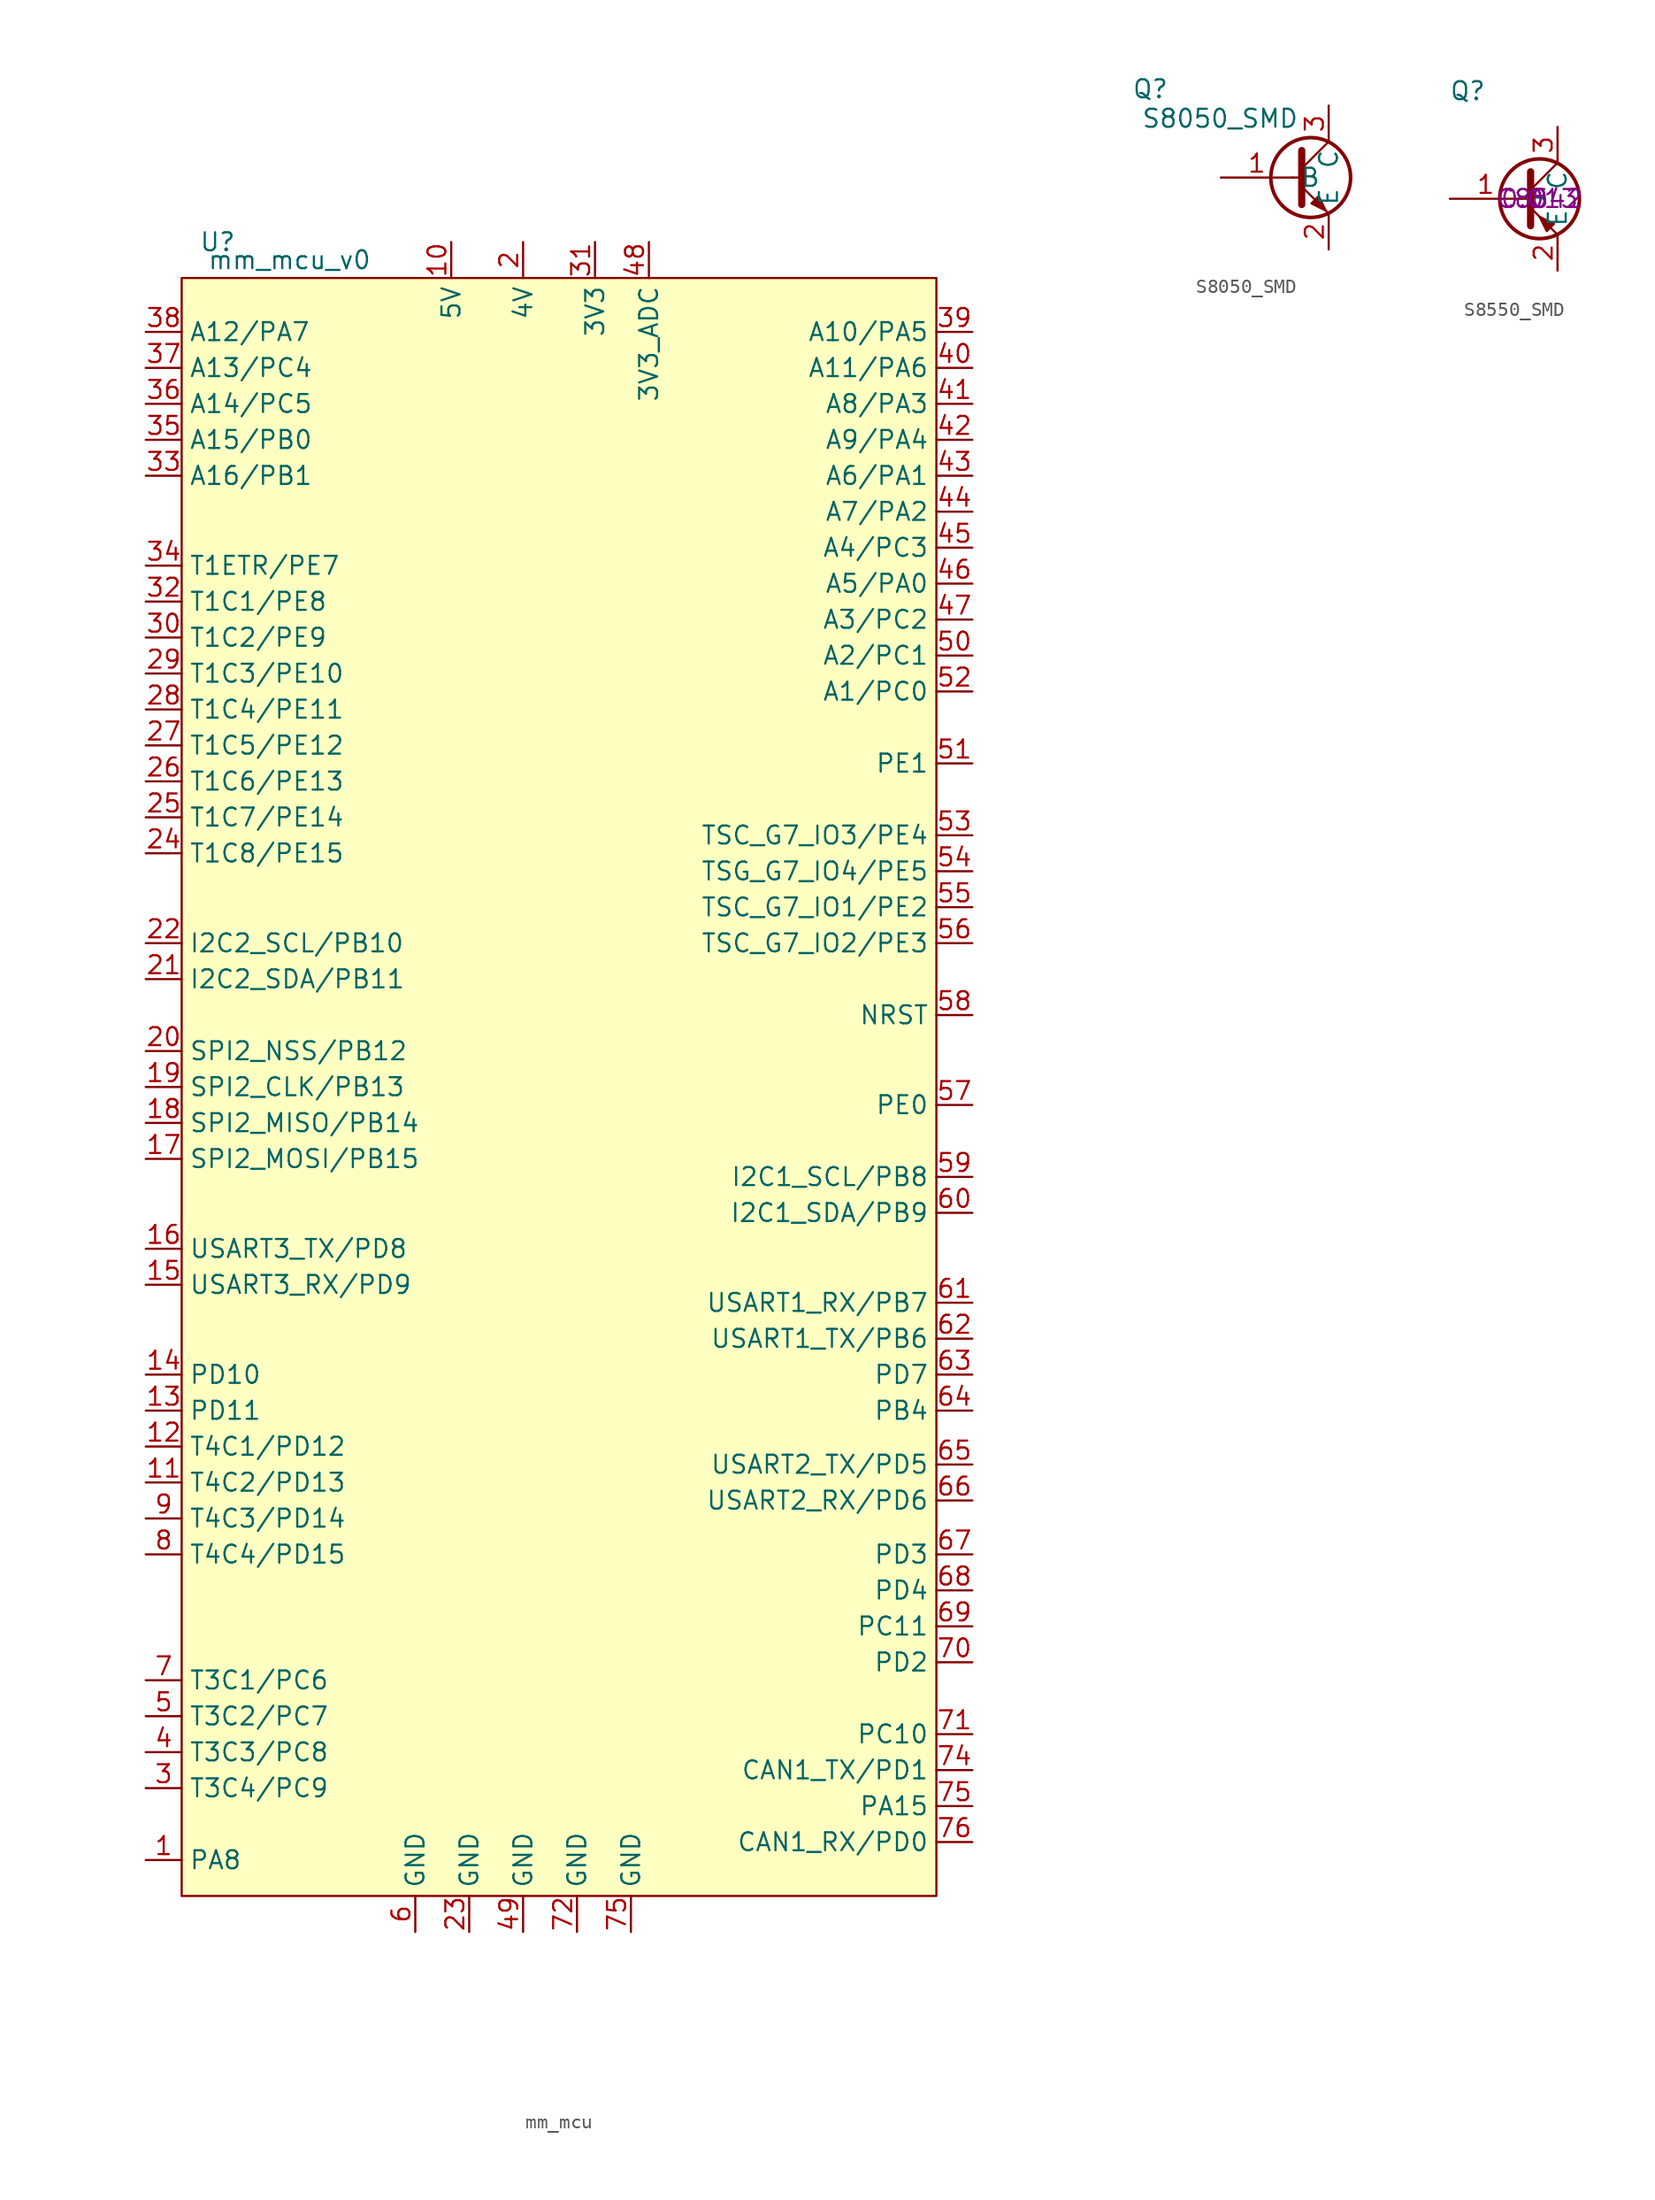
<source format=kicad_sym>
(kicad_symbol_lib
  (version 20220914)
  (generator kicad_symbol_editor)
  (symbol "mm_mcu"
    (property "Reference" "U"
      (at -25.4 55.88 0)
      (effects (font (size 1.27 1.27))))
    (property "Value" "mm_mcu_v0"
      (at -20.32 54.61 0)
      (effects (font (size 1.27 1.27))))
    (symbol "mm_mcu_1_1"
      (rectangle (start -27.94 53.34) (end 25.4 -60.96) (stroke (width 0) (type default)) (fill (type background)))
      (pin bidirectional line (at -30.48 -58.42 0) (length 2.54) (name "PA8" (effects (font (size 1.27 1.27)))) (number "1" (effects (font (size 1.27 1.27)))))
      (pin power_in line (at -8.89 55.88 270) (length 2.54) (name "5V" (effects (font (size 1.27 1.27)))) (number "10" (effects (font (size 1.27 1.27)))))
      (pin bidirectional line (at -30.48 -31.75 0) (length 2.54) (name "T4C2/PD13" (effects (font (size 1.27 1.27)))) (number "11" (effects (font (size 1.27 1.27)))))
      (pin bidirectional line (at -30.48 -29.21 0) (length 2.54) (name "T4C1/PD12" (effects (font (size 1.27 1.27)))) (number "12" (effects (font (size 1.27 1.27)))))
      (pin bidirectional line (at -30.48 -26.67 0) (length 2.54) (name "PD11" (effects (font (size 1.27 1.27)))) (number "13" (effects (font (size 1.27 1.27)))))
      (pin bidirectional line (at -30.48 -24.13 0) (length 2.54) (name "PD10" (effects (font (size 1.27 1.27)))) (number "14" (effects (font (size 1.27 1.27)))))
      (pin bidirectional line (at -30.48 -17.78 0) (length 2.54) (name "USART3_RX/PD9" (effects (font (size 1.27 1.27)))) (number "15" (effects (font (size 1.27 1.27)))))
      (pin bidirectional line (at -30.48 -15.24 0) (length 2.54) (name "USART3_TX/PD8" (effects (font (size 1.27 1.27)))) (number "16" (effects (font (size 1.27 1.27)))))
      (pin bidirectional line (at -30.48 -8.89 0) (length 2.54) (name "SPI2_MOSI/PB15" (effects (font (size 1.27 1.27)))) (number "17" (effects (font (size 1.27 1.27)))))
      (pin bidirectional line (at -30.48 -6.35 0) (length 2.54) (name "SPI2_MISO/PB14" (effects (font (size 1.27 1.27)))) (number "18" (effects (font (size 1.27 1.27)))))
      (pin bidirectional line (at -30.48 -3.81 0) (length 2.54) (name "SPI2_CLK/PB13" (effects (font (size 1.27 1.27)))) (number "19" (effects (font (size 1.27 1.27)))))
      (pin power_in line (at -3.81 55.88 270) (length 2.54) (name "4V" (effects (font (size 1.27 1.27)))) (number "2" (effects (font (size 1.27 1.27)))))
      (pin bidirectional line (at -30.48 -1.27 0) (length 2.54) (name "SPI2_NSS/PB12" (effects (font (size 1.27 1.27)))) (number "20" (effects (font (size 1.27 1.27)))))
      (pin bidirectional line (at -30.48 3.81 0) (length 2.54) (name "I2C2_SDA/PB11" (effects (font (size 1.27 1.27)))) (number "21" (effects (font (size 1.27 1.27)))))
      (pin bidirectional line (at -30.48 6.35 0) (length 2.54) (name "I2C2_SCL/PB10" (effects (font (size 1.27 1.27)))) (number "22" (effects (font (size 1.27 1.27)))))
      (pin power_in line (at -7.62 -63.5 90) (length 2.54) (name "GND" (effects (font (size 1.27 1.27)))) (number "23" (effects (font (size 1.27 1.27)))))
      (pin bidirectional line (at -30.48 12.7 0) (length 2.54) (name "T1C8/PE15" (effects (font (size 1.27 1.27)))) (number "24" (effects (font (size 1.27 1.27)))))
      (pin bidirectional line (at -30.48 15.24 0) (length 2.54) (name "T1C7/PE14" (effects (font (size 1.27 1.27)))) (number "25" (effects (font (size 1.27 1.27)))))
      (pin bidirectional line (at -30.48 17.78 0) (length 2.54) (name "T1C6/PE13" (effects (font (size 1.27 1.27)))) (number "26" (effects (font (size 1.27 1.27)))))
      (pin bidirectional line (at -30.48 20.32 0) (length 2.54) (name "T1C5/PE12" (effects (font (size 1.27 1.27)))) (number "27" (effects (font (size 1.27 1.27)))))
      (pin bidirectional line (at -30.48 22.86 0) (length 2.54) (name "T1C4/PE11" (effects (font (size 1.27 1.27)))) (number "28" (effects (font (size 1.27 1.27)))))
      (pin bidirectional line (at -30.48 25.4 0) (length 2.54) (name "T1C3/PE10" (effects (font (size 1.27 1.27)))) (number "29" (effects (font (size 1.27 1.27)))))
      (pin bidirectional line (at -30.48 -53.34 0) (length 2.54) (name "T3C4/PC9" (effects (font (size 1.27 1.27)))) (number "3" (effects (font (size 1.27 1.27)))))
      (pin bidirectional line (at -30.48 27.94 0) (length 2.54) (name "T1C2/PE9" (effects (font (size 1.27 1.27)))) (number "30" (effects (font (size 1.27 1.27)))))
      (pin power_in line (at 1.27 55.88 270) (length 2.54) (name "3V3" (effects (font (size 1.27 1.27)))) (number "31" (effects (font (size 1.27 1.27)))))
      (pin bidirectional line (at -30.48 30.48 0) (length 2.54) (name "T1C1/PE8" (effects (font (size 1.27 1.27)))) (number "32" (effects (font (size 1.27 1.27)))))
      (pin bidirectional line (at -30.48 39.37 0) (length 2.54) (name "A16/PB1" (effects (font (size 1.27 1.27)))) (number "33" (effects (font (size 1.27 1.27)))))
      (pin bidirectional line (at -30.48 33.02 0) (length 2.54) (name "T1ETR/PE7" (effects (font (size 1.27 1.27)))) (number "34" (effects (font (size 1.27 1.27)))))
      (pin bidirectional line (at -30.48 41.91 0) (length 2.54) (name "A15/PB0" (effects (font (size 1.27 1.27)))) (number "35" (effects (font (size 1.27 1.27)))))
      (pin bidirectional line (at -30.48 44.45 0) (length 2.54) (name "A14/PC5" (effects (font (size 1.27 1.27)))) (number "36" (effects (font (size 1.27 1.27)))))
      (pin bidirectional line (at -30.48 46.99 0) (length 2.54) (name "A13/PC4" (effects (font (size 1.27 1.27)))) (number "37" (effects (font (size 1.27 1.27)))))
      (pin bidirectional line (at -30.48 49.53 0) (length 2.54) (name "A12/PA7" (effects (font (size 1.27 1.27)))) (number "38" (effects (font (size 1.27 1.27)))))
      (pin bidirectional line (at 27.94 49.53 180) (length 2.54) (name "A10/PA5" (effects (font (size 1.27 1.27)))) (number "39" (effects (font (size 1.27 1.27)))))
      (pin bidirectional line (at -30.48 -50.8 0) (length 2.54) (name "T3C3/PC8" (effects (font (size 1.27 1.27)))) (number "4" (effects (font (size 1.27 1.27)))))
      (pin bidirectional line (at 27.94 46.99 180) (length 2.54) (name "A11/PA6" (effects (font (size 1.27 1.27)))) (number "40" (effects (font (size 1.27 1.27)))))
      (pin bidirectional line (at 27.94 44.45 180) (length 2.54) (name "A8/PA3" (effects (font (size 1.27 1.27)))) (number "41" (effects (font (size 1.27 1.27)))))
      (pin bidirectional line (at 27.94 41.91 180) (length 2.54) (name "A9/PA4" (effects (font (size 1.27 1.27)))) (number "42" (effects (font (size 1.27 1.27)))))
      (pin bidirectional line (at 27.94 39.37 180) (length 2.54) (name "A6/PA1" (effects (font (size 1.27 1.27)))) (number "43" (effects (font (size 1.27 1.27)))))
      (pin bidirectional line (at 27.94 36.83 180) (length 2.54) (name "A7/PA2" (effects (font (size 1.27 1.27)))) (number "44" (effects (font (size 1.27 1.27)))))
      (pin bidirectional line (at 27.94 34.29 180) (length 2.54) (name "A4/PC3" (effects (font (size 1.27 1.27)))) (number "45" (effects (font (size 1.27 1.27)))))
      (pin bidirectional line (at 27.94 31.75 180) (length 2.54) (name "A5/PA0" (effects (font (size 1.27 1.27)))) (number "46" (effects (font (size 1.27 1.27)))))
      (pin bidirectional line (at 27.94 29.21 180) (length 2.54) (name "A3/PC2" (effects (font (size 1.27 1.27)))) (number "47" (effects (font (size 1.27 1.27)))))
      (pin power_in line (at 5.08 55.88 270) (length 2.54) (name "3V3_ADC" (effects (font (size 1.27 1.27)))) (number "48" (effects (font (size 1.27 1.27)))))
      (pin bidirectional line (at -3.81 -63.5 90) (length 2.54) (name "GND" (effects (font (size 1.27 1.27)))) (number "49" (effects (font (size 1.27 1.27)))))
      (pin bidirectional line (at -30.48 -48.26 0) (length 2.54) (name "T3C2/PC7" (effects (font (size 1.27 1.27)))) (number "5" (effects (font (size 1.27 1.27)))))
      (pin bidirectional line (at 27.94 26.67 180) (length 2.54) (name "A2/PC1" (effects (font (size 1.27 1.27)))) (number "50" (effects (font (size 1.27 1.27)))))
      (pin bidirectional line (at 27.94 19.05 180) (length 2.54) (name "PE1" (effects (font (size 1.27 1.27)))) (number "51" (effects (font (size 1.27 1.27)))))
      (pin bidirectional line (at 27.94 24.13 180) (length 2.54) (name "A1/PC0" (effects (font (size 1.27 1.27)))) (number "52" (effects (font (size 1.27 1.27)))))
      (pin bidirectional line (at 27.94 13.97 180) (length 2.54) (name "TSC_G7_IO3/PE4" (effects (font (size 1.27 1.27)))) (number "53" (effects (font (size 1.27 1.27)))))
      (pin bidirectional line (at 27.94 11.43 180) (length 2.54) (name "TSG_G7_IO4/PE5" (effects (font (size 1.27 1.27)))) (number "54" (effects (font (size 1.27 1.27)))))
      (pin bidirectional line (at 27.94 8.89 180) (length 2.54) (name "TSC_G7_IO1/PE2" (effects (font (size 1.27 1.27)))) (number "55" (effects (font (size 1.27 1.27)))))
      (pin bidirectional line (at 27.94 6.35 180) (length 2.54) (name "TSC_G7_IO2/PE3" (effects (font (size 1.27 1.27)))) (number "56" (effects (font (size 1.27 1.27)))))
      (pin bidirectional line (at 27.94 -5.08 180) (length 2.54) (name "PE0" (effects (font (size 1.27 1.27)))) (number "57" (effects (font (size 1.27 1.27)))))
      (pin input line (at 27.94 1.27 180) (length 2.54) (name "NRST" (effects (font (size 1.27 1.27)))) (number "58" (effects (font (size 1.27 1.27)))))
      (pin bidirectional line (at 27.94 -10.16 180) (length 2.54) (name "I2C1_SCL/PB8" (effects (font (size 1.27 1.27)))) (number "59" (effects (font (size 1.27 1.27)))))
      (pin power_in line (at -11.43 -63.5 90) (length 2.54) (name "GND" (effects (font (size 1.27 1.27)))) (number "6" (effects (font (size 1.27 1.27)))))
      (pin bidirectional line (at 27.94 -12.7 180) (length 2.54) (name "I2C1_SDA/PB9" (effects (font (size 1.27 1.27)))) (number "60" (effects (font (size 1.27 1.27)))))
      (pin bidirectional line (at 27.94 -19.05 180) (length 2.54) (name "USART1_RX/PB7" (effects (font (size 1.27 1.27)))) (number "61" (effects (font (size 1.27 1.27)))))
      (pin bidirectional line (at 27.94 -21.59 180) (length 2.54) (name "USART1_TX/PB6" (effects (font (size 1.27 1.27)))) (number "62" (effects (font (size 1.27 1.27)))))
      (pin bidirectional line (at 27.94 -24.13 180) (length 2.54) (name "PD7" (effects (font (size 1.27 1.27)))) (number "63" (effects (font (size 1.27 1.27)))))
      (pin bidirectional line (at 27.94 -26.67 180) (length 2.54) (name "PB4" (effects (font (size 1.27 1.27)))) (number "64" (effects (font (size 1.27 1.27)))))
      (pin bidirectional line (at 27.94 -30.48 180) (length 2.54) (name "USART2_TX/PD5" (effects (font (size 1.27 1.27)))) (number "65" (effects (font (size 1.27 1.27)))))
      (pin bidirectional line (at 27.94 -33.02 180) (length 2.54) (name "USART2_RX/PD6" (effects (font (size 1.27 1.27)))) (number "66" (effects (font (size 1.27 1.27)))))
      (pin bidirectional line (at 27.94 -36.83 180) (length 2.54) (name "PD3" (effects (font (size 1.27 1.27)))) (number "67" (effects (font (size 1.27 1.27)))))
      (pin bidirectional line (at 27.94 -39.37 180) (length 2.54) (name "PD4" (effects (font (size 1.27 1.27)))) (number "68" (effects (font (size 1.27 1.27)))))
      (pin bidirectional line (at 27.94 -41.91 180) (length 2.54) (name "PC11" (effects (font (size 1.27 1.27)))) (number "69" (effects (font (size 1.27 1.27)))))
      (pin bidirectional line (at -30.48 -45.72 0) (length 2.54) (name "T3C1/PC6" (effects (font (size 1.27 1.27)))) (number "7" (effects (font (size 1.27 1.27)))))
      (pin bidirectional line (at 27.94 -44.45 180) (length 2.54) (name "PD2" (effects (font (size 1.27 1.27)))) (number "70" (effects (font (size 1.27 1.27)))))
      (pin bidirectional line (at 27.94 -49.53 180) (length 2.54) (name "PC10" (effects (font (size 1.27 1.27)))) (number "71" (effects (font (size 1.27 1.27)))))
      (pin power_in line (at 0 -63.5 90) (length 2.54) (name "GND" (effects (font (size 1.27 1.27)))) (number "72" (effects (font (size 1.27 1.27)))))
      (pin bidirectional line (at 27.94 -52.07 180) (length 2.54) (name "CAN1_TX/PD1" (effects (font (size 1.27 1.27)))) (number "74" (effects (font (size 1.27 1.27)))))
      (pin power_in line (at 3.81 -63.5 90) (length 2.54) (name "GND" (effects (font (size 1.27 1.27)))) (number "75" (effects (font (size 1.27 1.27)))))
      (pin bidirectional line (at 27.94 -54.61 180) (length 2.54) (name "PA15" (effects (font (size 1.27 1.27)))) (number "75" (effects (font (size 1.27 1.27)))))
      (pin bidirectional line (at 27.94 -57.15 180) (length 2.54) (name "CAN1_RX/PD0" (effects (font (size 1.27 1.27)))) (number "76" (effects (font (size 1.27 1.27)))))
      (pin bidirectional line (at -30.48 -36.83 0) (length 2.54) (name "T4C4/PD15" (effects (font (size 1.27 1.27)))) (number "8" (effects (font (size 1.27 1.27)))))
      (pin bidirectional line (at -30.48 -34.29 0) (length 2.54) (name "T4C3/PD14" (effects (font (size 1.27 1.27)))) (number "9" (effects (font (size 1.27 1.27)))))))
  (symbol "S8050_SMD"
    (property "Reference" "Q"
      (at -11.328 6.248 0)
      (effects (font (size 1.27 1.27))))
    (property "Value" "S8050_SMD"
      (at -6.401 4.166 0)
      (effects (font (size 1.27 1.27))))
    (symbol "S8050_SMD_0_1"
      (polyline (pts (xy -1.27 0) (xy -0.635 0)) (stroke (width 0) (type default)) (fill (type none)))
      (polyline (pts (xy 1.27 -2.54) (xy -0.635 -0.635)) (stroke (width 0) (type default)) (fill (type none)))
      (polyline (pts (xy 1.27 2.54) (xy -0.635 0.635)) (stroke (width 0) (type default)) (fill (type none)))
      (polyline (pts (xy -0.635 1.905) (xy -0.635 -1.905) (xy -0.635 -1.905)) (stroke (width 0.508) (type default)) (fill (type outline)))
      (polyline (pts (xy 0.559 -1.321) (xy 0.051 -1.829) (xy 1.067 -2.337) (xy 0.559 -1.321) (xy 0.559 -1.321)) (stroke (width 0) (type default)) (fill (type outline)))
      (circle (center 0 0) (radius 2.819) (stroke (width 0.254) (type default)) (fill (type none))))
    (symbol "S8050_SMD_1_1"
      (pin input line (at -6.35 0 0) (length 5.08) (name "B" (effects (font (size 1.27 1.27)))) (number "1" (effects (font (size 1.27 1.27)))))
      (pin passive line (at 1.27 -5.08 90) (length 2.54) (name "E" (effects (font (size 1.27 1.27)))) (number "2" (effects (font (size 1.27 1.27)))))
      (pin passive line (at 1.27 5.08 270) (length 2.54) (name "C" (effects (font (size 1.27 1.27)))) (number "3" (effects (font (size 1.27 1.27)))))))
  (symbol "S8550_SMD"
    (property "Reference" "Q"
      (at -5.08 7.62 0)
      (effects (font (size 1.27 1.27))))
    (property "Value" ""
      (at 0 0 0)
      (effects (font (size 1.27 1.27))))
    (property "LCSC" "C8542"
      (at 0 0 0)
      (effects (font (size 1.27 1.27))))
    (property "Extended" "0"
      (at 0 0 0)
      (effects (font (size 1.27 1.27))))
    (property "Price" "0.013"
      (at 0 0 0)
      (effects (font (size 1.27 1.27))))
    (symbol "S8550_SMD_0_1"
      (polyline (pts (xy -1.27 0) (xy -0.635 0)) (stroke (width 0) (type default)) (fill (type none)))
      (polyline (pts (xy 1.27 -2.54) (xy -0.635 -0.635)) (stroke (width 0) (type default)) (fill (type none)))
      (polyline (pts (xy 1.27 2.54) (xy -0.635 0.635)) (stroke (width 0) (type default)) (fill (type none)))
      (polyline (pts (xy -0.635 1.905) (xy -0.635 -1.905) (xy -0.635 -1.905)) (stroke (width 0.508) (type default)) (fill (type outline)))
      (polyline (pts (xy 0.508 -2.286) (xy 1.016 -1.778) (xy 0 -1.27) (xy 0.508 -2.286) (xy 0.508 -2.286)) (stroke (width 0) (type default)) (fill (type outline)))
      (circle (center 0 0) (radius 2.819) (stroke (width 0.254) (type default)) (fill (type none))))
    (symbol "S8550_SMD_1_1"
      (pin input line (at -6.35 0 0) (length 5.08) (name "B" (effects (font (size 1.27 1.27)))) (number "1" (effects (font (size 1.27 1.27)))))
      (pin passive line (at 1.27 -5.08 90) (length 2.54) (name "E" (effects (font (size 1.27 1.27)))) (number "2" (effects (font (size 1.27 1.27)))))
      (pin passive line (at 1.27 5.08 270) (length 2.54) (name "C" (effects (font (size 1.27 1.27)))) (number "3" (effects (font (size 1.27 1.27))))))))
</source>
